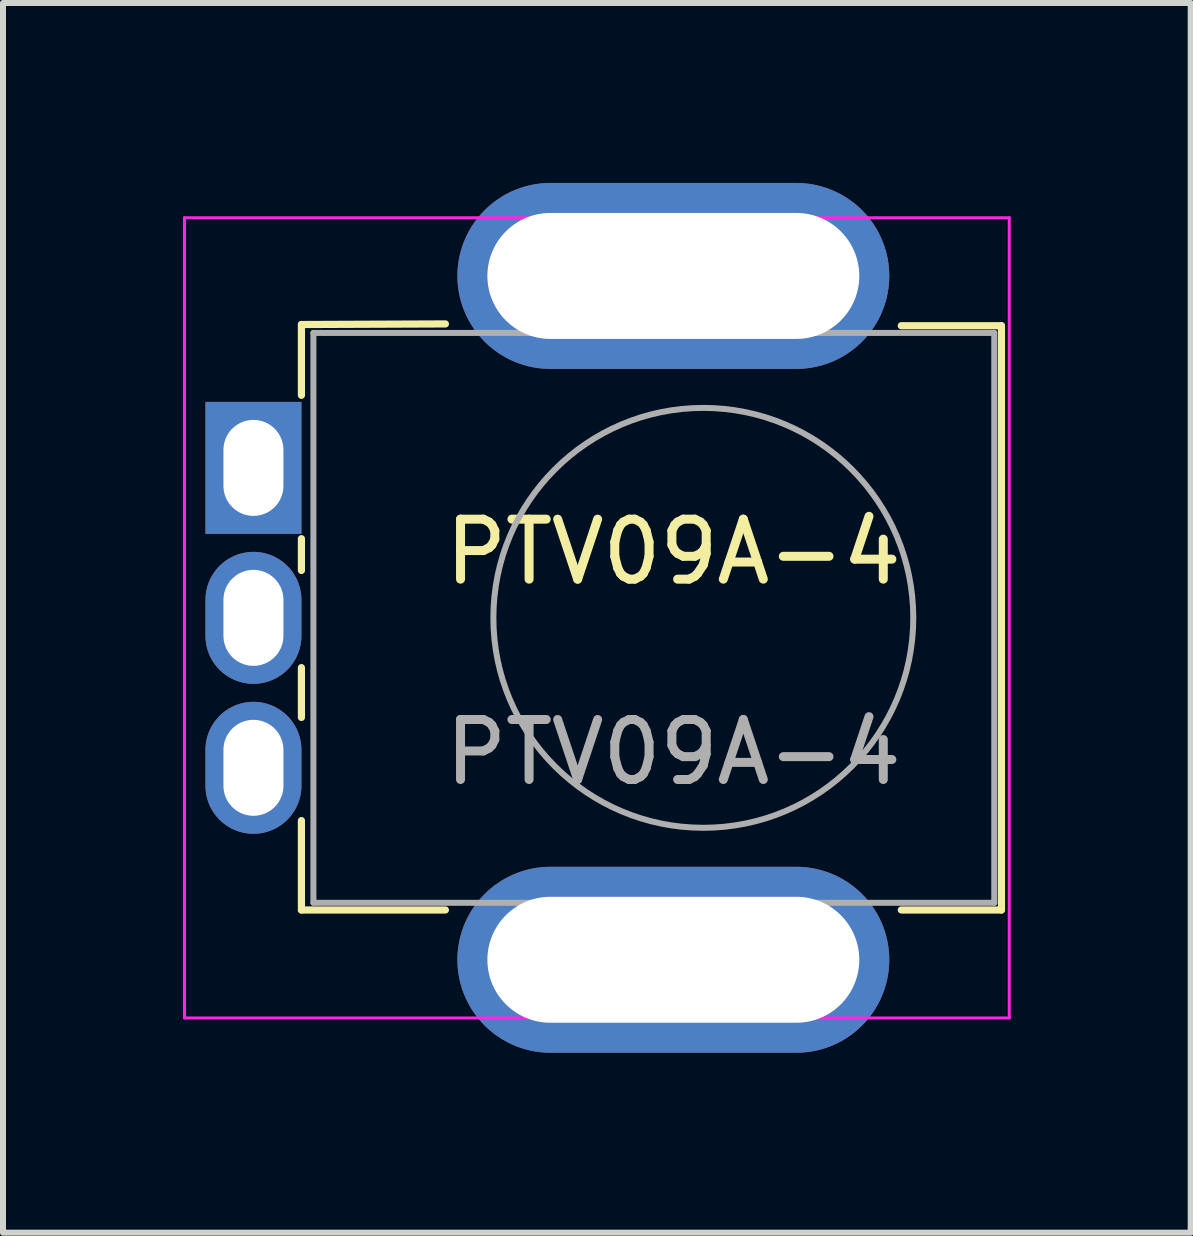
<source format=kicad_pcb>
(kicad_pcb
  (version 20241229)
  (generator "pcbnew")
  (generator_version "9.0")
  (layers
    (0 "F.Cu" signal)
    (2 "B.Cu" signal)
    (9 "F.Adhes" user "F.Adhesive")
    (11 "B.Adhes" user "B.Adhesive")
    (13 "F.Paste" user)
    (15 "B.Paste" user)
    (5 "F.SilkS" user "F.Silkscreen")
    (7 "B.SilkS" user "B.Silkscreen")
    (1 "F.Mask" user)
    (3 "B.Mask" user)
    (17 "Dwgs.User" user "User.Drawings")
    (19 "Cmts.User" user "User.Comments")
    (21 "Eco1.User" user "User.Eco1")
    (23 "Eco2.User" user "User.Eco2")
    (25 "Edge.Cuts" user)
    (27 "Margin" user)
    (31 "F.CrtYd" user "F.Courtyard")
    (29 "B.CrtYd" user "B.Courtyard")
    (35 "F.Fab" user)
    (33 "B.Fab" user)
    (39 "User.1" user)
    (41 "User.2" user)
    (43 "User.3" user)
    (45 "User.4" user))
  (footprint "PTV09A-4"
    (layer "F.Cu")
    (at 1.175 4.75)
    (property "Reference" "PTV09A-4" (at 7 1.4 0) (unlocked yes) (layer "F.SilkS") (effects (font (size 1 1) (thickness 0.15))))
    (attr through_hole)
    (fp_line (start 0.8 -2.39) (end 3.2 -2.4) (stroke (width 0.12) (type solid)) (layer "F.SilkS"))
    (fp_line (start 0.8 -1.21) (end 0.8 -2.39) (stroke (width 0.12) (type solid)) (layer "F.SilkS"))
    (fp_line (start 0.8 1.71) (end 0.8 1.18) (stroke (width 0.12) (type solid)) (layer "F.SilkS"))
    (fp_line (start 0.8 4.16) (end 0.8 3.33) (stroke (width 0.12) (type solid)) (layer "F.SilkS"))
    (fp_line (start 0.8 7.37) (end 0.8 5.88) (stroke (width 0.12) (type solid)) (layer "F.SilkS"))
    (fp_line (start 0.8 7.37) (end 3.2 7.37) (stroke (width 0.12) (type solid)) (layer "F.SilkS"))
    (fp_line (start 10.8 -2.37) (end 12.47 -2.37) (stroke (width 0.12) (type solid)) (layer "F.SilkS"))
    (fp_line (start 10.8 7.37) (end 12.47 7.37) (stroke (width 0.12) (type solid)) (layer "F.SilkS"))
    (fp_line (start 12.47 7.37) (end 12.47 -2.37) (stroke (width 0.12) (type solid)) (layer "F.SilkS"))
    (fp_line (start -1.15 -4.17) (end -1.15 9.17) (stroke (width 0.05) (type solid)) (layer "F.CrtYd"))
    (fp_line (start -1.15 9.17) (end 12.6 9.17) (stroke (width 0.05) (type solid)) (layer "F.CrtYd"))
    (fp_line (start 12.6 -4.17) (end -1.15 -4.17) (stroke (width 0.05) (type solid)) (layer "F.CrtYd"))
    (fp_line (start 12.6 9.17) (end 12.6 -4.17) (stroke (width 0.05) (type solid)) (layer "F.CrtYd"))
    (fp_line (start 1 -2.25) (end 12.35 -2.25) (stroke (width 0.1) (type solid)) (layer "F.Fab"))
    (fp_line (start 1 7.25) (end 1 -2.25) (stroke (width 0.1) (type solid)) (layer "F.Fab"))
    (fp_line (start 1 7.25) (end 12.35 7.25) (stroke (width 0.1) (type solid)) (layer "F.Fab"))
    (fp_line (start 12.35 7.25) (end 12.35 -2.25) (stroke (width 0.1) (type solid)) (layer "F.Fab"))
    (fp_circle (center 7.5 2.5) (end 7.5 -1) (stroke (width 0.1) (type solid)) (fill no) (layer "F.Fab"))
    (fp_text user "${REFERENCE}" (at 7 4.74 0) (unlocked yes) (layer "F.Fab") (effects (font (size 1 1) (thickness 0.15))))
    (pad "" thru_hole oval (at 7 -3.2 90) (size 3.1 7.2) (drill oval 2.1 6.2) (layers "*.Cu" "*.Mask"))
    (pad "" thru_hole oval (at 7 8.2 90) (size 3.1 7.2) (drill oval 2.1 6.2) (layers "*.Cu" "*.Mask"))
    (pad "1" thru_hole rect (at 0 0 90) (size 2.2 1.6) (drill oval 1.6 1) (layers "*.Cu" "*.Mask"))
    (pad "2" thru_hole oval (at 0 2.5 90) (size 2.2 1.6) (drill oval 1.6 1) (layers "*.Cu" "*.Mask"))
    (pad "3" thru_hole oval (at 0 5 90) (size 2.2 1.6) (drill oval 1.6 1) (layers "*.Cu" "*.Mask")))
  (gr_rect
    (start -3 -3)
    (end 16.8 17.5)
    (stroke (width 0.1) (type default))
    (fill no)
    (layer "Edge.Cuts")))
</source>
